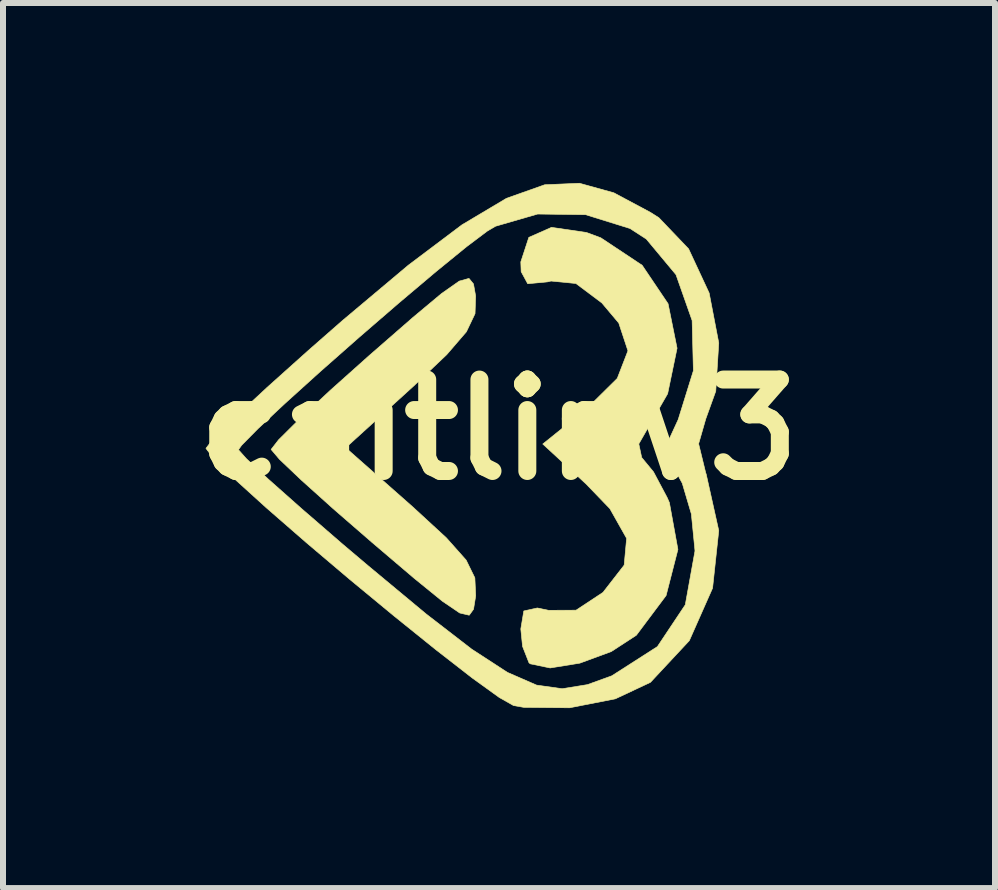
<source format=kicad_pcb>
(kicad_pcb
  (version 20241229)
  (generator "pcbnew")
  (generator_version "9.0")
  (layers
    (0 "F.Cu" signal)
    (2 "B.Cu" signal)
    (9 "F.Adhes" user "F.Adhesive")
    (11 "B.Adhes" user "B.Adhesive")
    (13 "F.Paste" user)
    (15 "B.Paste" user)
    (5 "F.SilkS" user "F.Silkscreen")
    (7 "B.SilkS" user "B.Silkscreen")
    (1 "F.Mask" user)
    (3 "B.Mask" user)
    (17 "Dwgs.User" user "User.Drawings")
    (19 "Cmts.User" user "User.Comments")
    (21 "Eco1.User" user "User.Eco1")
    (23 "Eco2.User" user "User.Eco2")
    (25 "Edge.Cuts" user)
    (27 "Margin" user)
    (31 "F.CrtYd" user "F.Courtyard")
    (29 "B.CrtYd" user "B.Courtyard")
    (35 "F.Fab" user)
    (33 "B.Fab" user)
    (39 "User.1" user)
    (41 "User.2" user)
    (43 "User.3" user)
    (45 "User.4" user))
  (footprint "caitlinV3"
    (layer "F.Cu")
    (at 5.269 4.112)
    (property "Reference" "caitlinV3" (at 0 0 0) (layer "F.SilkS") (effects (font (size 1.524 1.524) (thickness 0.3))))
    (attr through_hole)
    (fp_poly (pts (xy -0.426 -2.429) (xy -0.39 -2.228) (xy -0.4 -1.933) (xy -0.544 -1.631) (xy -0.872 -1.25) (xy -1.434 -0.717) (xy -1.441 -0.711) (xy -2.556 0.302) (xy -1.442 1.285) (xy -0.878 1.804) (xy -0.548 2.175) (xy -0.403 2.471) (xy -0.389 2.767) (xy -0.391 2.784) (xy -0.425 2.994) (xy -0.497 3.094) (xy -0.655 3.057) (xy -0.945 2.86) (xy -1.416 2.477) (xy -2.114 1.883) (xy -2.121 1.877) (xy -2.766 1.317) (xy -3.297 0.84) (xy -3.66 0.495) (xy -3.799 0.331) (xy -3.799 0.33) (xy -3.675 0.17) (xy -3.327 -0.176) (xy -2.809 -0.659) (xy -2.172 -1.228) (xy -2.132 -1.263) (xy -1.432 -1.873) (xy -0.958 -2.269) (xy -0.663 -2.476) (xy -0.501 -2.521) (xy -0.426 -2.429)) (stroke (width 0.01) (type solid)) (fill yes) (layer "F.SilkS"))
    (fp_poly (pts (xy 1.459 -3.286) (xy 1.696 -3.198) (xy 2.386 -2.74) (xy 2.818 -2.099) (xy 2.968 -1.357) (xy 2.811 -0.599) (xy 2.578 -0.194) (xy 2.33 0.238) (xy 2.378 0.465) (xy 2.379 0.466) (xy 2.575 0.704) (xy 2.802 1.131) (xy 2.84 1.217) (xy 2.982 1.998) (xy 2.785 2.766) (xy 2.289 3.428) (xy 1.871 3.7) (xy 1.347 3.893) (xy 0.852 3.973) (xy 0.52 3.904) (xy 0.499 3.886) (xy 0.392 3.613) (xy 0.363 3.323) (xy 0.413 3.023) (xy 0.638 2.973) (xy 0.826 3.012) (xy 1.284 3.01) (xy 1.729 2.716) (xy 1.734 2.712) (xy 2.086 2.259) (xy 2.127 1.813) (xy 1.848 1.318) (xy 1.453 0.908) (xy 0.729 0.24) (xy 1.453 -0.342) (xy 1.971 -0.854) (xy 2.149 -1.314) (xy 1.996 -1.777) (xy 1.714 -2.112) (xy 1.282 -2.436) (xy 0.868 -2.477) (xy 0.807 -2.463) (xy 0.478 -2.432) (xy 0.369 -2.633) (xy 0.363 -2.796) (xy 0.497 -3.205) (xy 0.875 -3.372) (xy 1.459 -3.286)) (stroke (width 0.01) (type solid)) (fill yes) (layer "F.SilkS"))
    (fp_poly (pts (xy 1.914 -3.948) (xy 2.527 -3.62) (xy 2.664 -3.533) (xy 3.16 -3.014) (xy 3.503 -2.277) (xy 3.663 -1.445) (xy 3.613 -0.641) (xy 3.447 -0.181) (xy 3.327 0.236) (xy 3.446 0.723) (xy 3.453 0.741) (xy 3.663 1.684) (xy 3.56 2.642) (xy 3.172 3.518) (xy 2.524 4.213) (xy 1.938 4.488) (xy 1.177 4.637) (xy 0.414 4.63) (xy 0.242 4.6) (xy 0.002 4.464) (xy -0.447 4.14) (xy -1.049 3.672) (xy -1.749 3.108) (xy -2.491 2.495) (xy -3.219 1.878) (xy -3.878 1.304) (xy -4.413 0.819) (xy -4.767 0.471) (xy -4.868 0.336) (xy -4.344 0.336) (xy -4.208 0.488) (xy -3.842 0.829) (xy -3.293 1.316) (xy -2.609 1.908) (xy -2.187 2.265) (xy -1.214 3.074) (xy -0.455 3.66) (xy 0.14 4.047) (xy 0.626 4.259) (xy 1.053 4.319) (xy 1.474 4.251) (xy 1.88 4.104) (xy 2.64 3.617) (xy 3.105 2.92) (xy 3.266 2.027) (xy 3.266 2.012) (xy 3.206 1.405) (xy 3.055 0.895) (xy 2.987 0.771) (xy 2.813 0.455) (xy 2.835 0.162) (xy 2.987 -0.168) (xy 3.24 -0.982) (xy 3.219 -1.819) (xy 2.95 -2.583) (xy 2.456 -3.176) (xy 2.183 -3.353) (xy 1.444 -3.583) (xy 0.644 -3.594) (xy -0.057 -3.391) (xy -0.195 -3.31) (xy -0.543 -3.048) (xy -1.053 -2.632) (xy -1.668 -2.113) (xy -2.33 -1.541) (xy -2.981 -0.967) (xy -3.563 -0.441) (xy -4.019 -0.015) (xy -4.292 0.262) (xy -4.344 0.336) (xy -4.868 0.336) (xy -4.886 0.312) (xy -4.763 0.153) (xy -4.408 -0.2) (xy -3.866 -0.704) (xy -3.182 -1.317) (xy -2.608 -1.82) (xy -1.512 -2.741) (xy -0.618 -3.414) (xy 0.124 -3.856) (xy 0.761 -4.082) (xy 1.341 -4.107) (xy 1.914 -3.948)) (stroke (width 0.01) (type solid)) (fill yes) (layer "F.SilkS")))
  (gr_rect
    (start -3 -3)
    (end 13.537 11.754)
    (stroke (width 0.1) (type default))
    (fill no)
    (layer "Edge.Cuts")))
</source>
